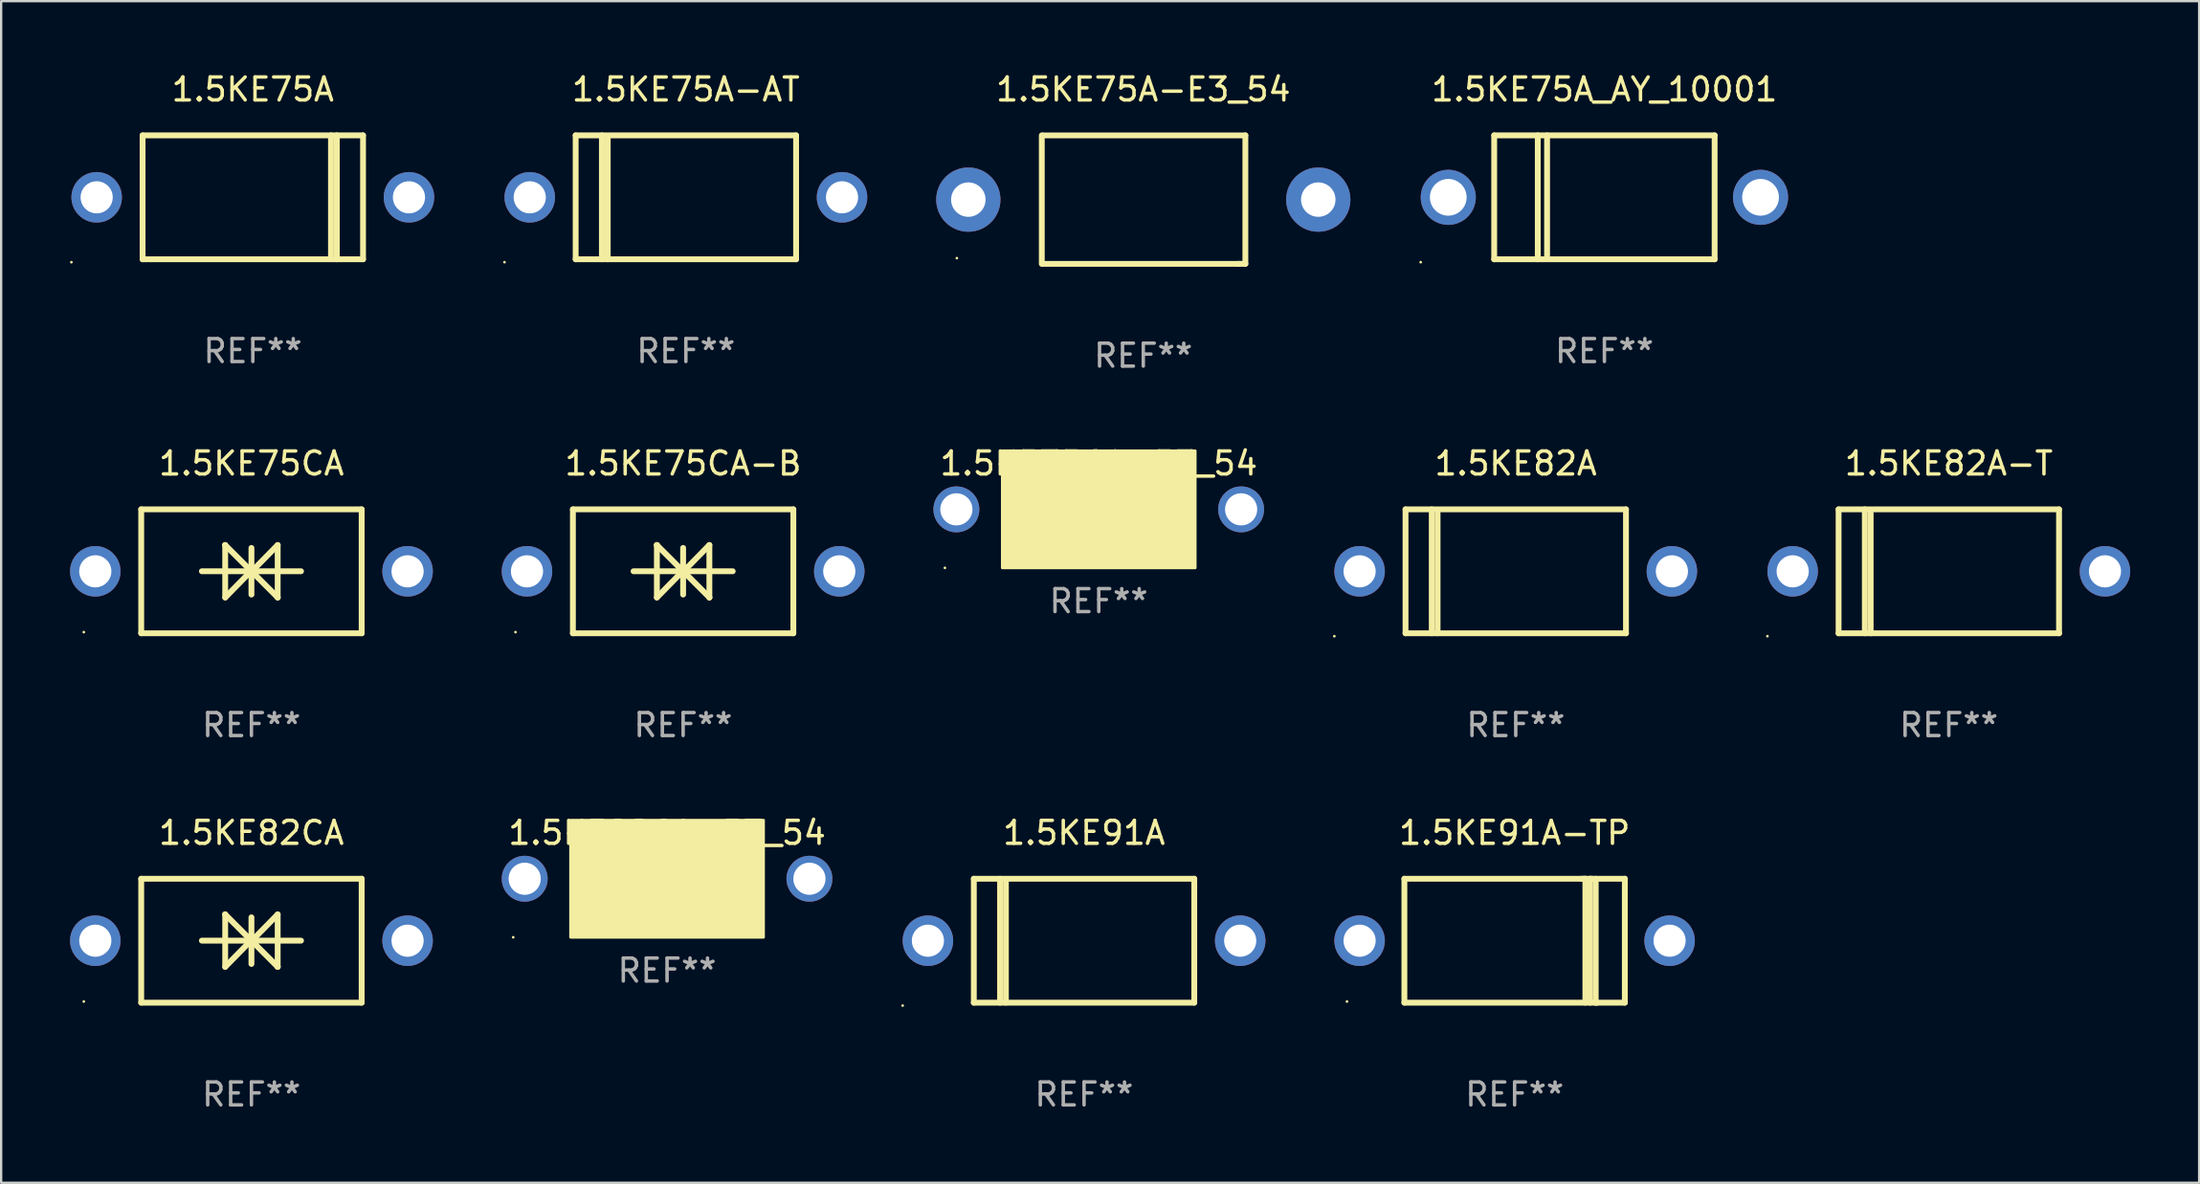
<source format=kicad_pcb>
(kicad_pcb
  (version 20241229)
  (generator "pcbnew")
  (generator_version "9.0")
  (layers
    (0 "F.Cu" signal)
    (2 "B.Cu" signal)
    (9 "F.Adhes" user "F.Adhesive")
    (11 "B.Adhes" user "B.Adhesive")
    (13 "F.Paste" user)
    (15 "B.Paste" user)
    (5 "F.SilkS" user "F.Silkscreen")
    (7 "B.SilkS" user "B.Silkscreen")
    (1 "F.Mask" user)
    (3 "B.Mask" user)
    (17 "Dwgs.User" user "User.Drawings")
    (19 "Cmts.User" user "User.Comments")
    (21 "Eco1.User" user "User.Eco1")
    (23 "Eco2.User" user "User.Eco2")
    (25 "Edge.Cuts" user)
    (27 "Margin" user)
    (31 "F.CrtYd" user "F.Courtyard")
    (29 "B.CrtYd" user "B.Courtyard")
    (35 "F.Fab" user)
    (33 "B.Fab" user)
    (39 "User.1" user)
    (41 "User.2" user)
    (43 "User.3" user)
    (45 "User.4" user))
  (footprint "1.5KE75CA-B"
    (layer "F.Cu")
    (at 26.7 21.845)
    (property "Reference" "1.5KE75CA-B" (at 0 -4.7 0) (layer "F.SilkS") (effects (font (size 1 1) (thickness 0.15))))
    (attr through_hole)
    (fp_line (start -4.8 -2.7) (end -4.8 2.7) (stroke (width 0.254) (type solid)) (layer "F.SilkS"))
    (fp_line (start -4.8 -2.7) (end 4.8 -2.7) (stroke (width 0.254) (type solid)) (layer "F.SilkS"))
    (fp_line (start -2.159 -0.003) (end 2.159 -0.003) (stroke (width 0.254) (type solid)) (layer "F.SilkS"))
    (fp_line (start -1.143 -1.146) (end -1.143 1.14) (stroke (width 0.254) (type solid)) (layer "F.SilkS"))
    (fp_line (start -1.143 -1.143) (end -1.143 -1.146) (stroke (width 0.254) (type solid)) (layer "F.SilkS"))
    (fp_line (start 0 -1.019) (end 0 1.013) (stroke (width 0.254) (type solid)) (layer "F.SilkS"))
    (fp_line (start 0 -0.026) (end -1.143 1.14) (stroke (width 0.254) (type solid)) (layer "F.SilkS"))
    (fp_line (start 0 -0.006) (end 1.143 1.137) (stroke (width 0.254) (type solid)) (layer "F.SilkS"))
    (fp_line (start 0 0) (end -1.143 -1.143) (stroke (width 0.254) (type solid)) (layer "F.SilkS"))
    (fp_line (start 0 0.02) (end 1.143 -1.146) (stroke (width 0.254) (type solid)) (layer "F.SilkS"))
    (fp_line (start 1.143 1.137) (end 1.143 1.14) (stroke (width 0.254) (type solid)) (layer "F.SilkS"))
    (fp_line (start 1.143 1.14) (end 1.143 -1.146) (stroke (width 0.254) (type solid)) (layer "F.SilkS"))
    (fp_line (start 4.8 -2.7) (end 4.8 2.7) (stroke (width 0.254) (type solid)) (layer "F.SilkS"))
    (fp_line (start 4.8 2.7) (end -4.8 2.7) (stroke (width 0.254) (type solid)) (layer "F.SilkS"))
    (fp_circle (center -7.3 2.65) (end -7.27 2.65) (stroke (width 0.06) (type solid)) (fill no) (layer "F.SilkS"))
    (fp_text user "REF**" (at 0 6.7 0) (layer "F.Fab") (effects (font (size 1 1) (thickness 0.15))))
    (pad "1" thru_hole circle (at -6.8 0) (size 2.2 2.2) (drill 1.4) (layers "*.Cu" "*.Mask"))
    (pad "2" thru_hole circle (at 6.8 0) (size 2.2 2.2) (drill 1.4) (layers "*.Cu" "*.Mask")))
  (footprint "1.5KE82A-T"
    (layer "F.Cu")
    (at 81.82 21.845)
    (property "Reference" "1.5KE82A-T" (at 0 -4.7 0) (layer "F.SilkS") (effects (font (size 1 1) (thickness 0.15))))
    (attr through_hole)
    (fp_line (start -4.8 -2.7) (end 4.8 -2.7) (stroke (width 0.254) (type solid)) (layer "F.SilkS"))
    (fp_line (start -4.8 2.7) (end -4.8 -2.7) (stroke (width 0.254) (type solid)) (layer "F.SilkS"))
    (fp_line (start -3.658 2.7) (end -3.658 -2.7) (stroke (width 0.254) (type solid)) (layer "F.SilkS"))
    (fp_line (start -3.404 2.7) (end -3.404 -2.54) (stroke (width 0.254) (type solid)) (layer "F.SilkS"))
    (fp_line (start 4.8 2.7) (end -4.8 2.7) (stroke (width 0.254) (type solid)) (layer "F.SilkS"))
    (fp_line (start 4.8 2.7) (end 4.8 -2.7) (stroke (width 0.254) (type solid)) (layer "F.SilkS"))
    (fp_circle (center -7.9 2.827) (end -7.87 2.827) (stroke (width 0.06) (type solid)) (fill no) (layer "F.SilkS"))
    (fp_text user "REF**" (at 0 6.7 0) (layer "F.Fab") (effects (font (size 1 1) (thickness 0.15))))
    (pad "1" thru_hole circle (at -6.8 0) (size 2.2 2.2) (drill 1.4) (layers "*.Cu" "*.Mask"))
    (pad "2" thru_hole circle (at 6.8 0) (size 2.2 2.2) (drill 1.4) (layers "*.Cu" "*.Mask")))
  (footprint "1.5KE75CA-E3_54"
    (layer "F.Cu")
    (at 44.8 19.145)
    (property "Reference" "1.5KE75CA-E3_54" (at 0 -2 0) (layer "F.SilkS") (effects (font (size 1 1) (thickness 0.15))))
    (attr through_hole)
    (fp_circle (center -6.7 2.55) (end -6.67 2.55) (stroke (width 0.06) (type solid)) (fill no) (layer "F.SilkS"))
    (fp_poly (pts (xy -4.2 -2.55) (xy 4.2 -2.55) (xy 4.2 2.55) (xy -4.2 2.55)) (stroke (width 0.12) (type solid)) (fill yes) (layer "F.SilkS"))
    (fp_text user "REF**" (at 0 4 0) (layer "F.Fab") (effects (font (size 1 1) (thickness 0.15))))
    (pad "1" thru_hole circle (at -6.2 0) (size 2 2) (drill 1.4) (layers "*.Cu" "*.Mask"))
    (pad "2" thru_hole circle (at 6.2 0) (size 2 2) (drill 1.4) (layers "*.Cu" "*.Mask")))
  (footprint "1.5KE91A"
    (layer "F.Cu")
    (at 44.16 37.941)
    (property "Reference" "1.5KE91A" (at 0 -4.7 0) (layer "F.SilkS") (effects (font (size 1 1) (thickness 0.15))))
    (attr through_hole)
    (fp_line (start -4.8 -2.7) (end 4.8 -2.7) (stroke (width 0.254) (type solid)) (layer "F.SilkS"))
    (fp_line (start -4.8 2.7) (end -4.8 -2.7) (stroke (width 0.254) (type solid)) (layer "F.SilkS"))
    (fp_line (start -3.658 2.7) (end -3.658 -2.7) (stroke (width 0.254) (type solid)) (layer "F.SilkS"))
    (fp_line (start -3.404 2.7) (end -3.404 -2.54) (stroke (width 0.254) (type solid)) (layer "F.SilkS"))
    (fp_line (start 4.8 2.7) (end -4.8 2.7) (stroke (width 0.254) (type solid)) (layer "F.SilkS"))
    (fp_line (start 4.8 2.7) (end 4.8 -2.7) (stroke (width 0.254) (type solid)) (layer "F.SilkS"))
    (fp_circle (center -7.9 2.827) (end -7.87 2.827) (stroke (width 0.06) (type solid)) (fill no) (layer "F.SilkS"))
    (fp_text user "REF**" (at 0 6.7 0) (layer "F.Fab") (effects (font (size 1 1) (thickness 0.15))))
    (pad "1" thru_hole circle (at -6.8 0) (size 2.2 2.2) (drill 1.4) (layers "*.Cu" "*.Mask"))
    (pad "2" thru_hole circle (at 6.8 0) (size 2.2 2.2) (drill 1.4) (layers "*.Cu" "*.Mask")))
  (footprint "1.5KE75A-E3_54"
    (layer "F.Cu")
    (at 46.74 5.648)
    (property "Reference" "1.5KE75A-E3_54" (at 0 -4.8 0) (layer "F.SilkS") (effects (font (size 1 1) (thickness 0.15))))
    (attr through_hole)
    (fp_line (start -4.42 2.8) (end -4.42 -2.8) (stroke (width 0.254) (type solid)) (layer "F.SilkS"))
    (fp_line (start -4.379 -2.799) (end 4.445 -2.799) (stroke (width 0.254) (type solid)) (layer "F.SilkS"))
    (fp_line (start 4.12 2.8) (end -4.38 2.8) (stroke (width 0.254) (type solid)) (layer "F.SilkS"))
    (fp_line (start 4.445 -2.799) (end 4.445 2.799) (stroke (width 0.254) (type solid)) (layer "F.SilkS"))
    (fp_line (start 4.445 2.799) (end 4.12 2.799) (stroke (width 0.254) (type solid)) (layer "F.SilkS"))
    (fp_circle (center -8.12 2.55) (end -8.09 2.55) (stroke (width 0.06) (type solid)) (fill no) (layer "F.SilkS"))
    (fp_text user "REF**" (at 0 6.8 0) (layer "F.Fab") (effects (font (size 1 1) (thickness 0.15))))
    (pad "1" thru_hole circle (at -7.62 0) (size 2.8 2.8) (drill 1.5) (layers "*.Cu" "*.Mask"))
    (pad "2" thru_hole circle (at 7.62 0) (size 2.8 2.8) (drill 1.5) (layers "*.Cu" "*.Mask")))
  (footprint "1.5KE82CA-E3_54"
    (layer "F.Cu")
    (at 26 35.241)
    (property "Reference" "1.5KE82CA-E3_54" (at 0 -2 0) (layer "F.SilkS") (effects (font (size 1 1) (thickness 0.15))))
    (attr through_hole)
    (fp_circle (center -6.7 2.55) (end -6.67 2.55) (stroke (width 0.06) (type solid)) (fill no) (layer "F.SilkS"))
    (fp_poly (pts (xy -4.2 -2.55) (xy 4.2 -2.55) (xy 4.2 2.55) (xy -4.2 2.55)) (stroke (width 0.12) (type solid)) (fill yes) (layer "F.SilkS"))
    (fp_text user "REF**" (at 0 4 0) (layer "F.Fab") (effects (font (size 1 1) (thickness 0.15))))
    (pad "1" thru_hole circle (at -6.2 0) (size 2 2) (drill 1.4) (layers "*.Cu" "*.Mask"))
    (pad "2" thru_hole circle (at 6.2 0) (size 2 2) (drill 1.4) (layers "*.Cu" "*.Mask")))
  (footprint "1.5KE75A-AT"
    (layer "F.Cu")
    (at 26.82 5.548)
    (property "Reference" "1.5KE75A-AT" (at 0 -4.7 0) (layer "F.SilkS") (effects (font (size 1 1) (thickness 0.15))))
    (attr through_hole)
    (fp_line (start -4.8 -2.7) (end 4.8 -2.7) (stroke (width 0.254) (type solid)) (layer "F.SilkS"))
    (fp_line (start -4.8 2.7) (end -4.8 -2.7) (stroke (width 0.254) (type solid)) (layer "F.SilkS"))
    (fp_line (start -3.658 2.7) (end -3.658 -2.7) (stroke (width 0.254) (type solid)) (layer "F.SilkS"))
    (fp_line (start -3.404 2.7) (end -3.404 -2.54) (stroke (width 0.254) (type solid)) (layer "F.SilkS"))
    (fp_line (start 4.8 2.7) (end -4.8 2.7) (stroke (width 0.254) (type solid)) (layer "F.SilkS"))
    (fp_line (start 4.8 2.7) (end 4.8 -2.7) (stroke (width 0.254) (type solid)) (layer "F.SilkS"))
    (fp_circle (center -7.9 2.827) (end -7.87 2.827) (stroke (width 0.06) (type solid)) (fill no) (layer "F.SilkS"))
    (fp_text user "REF**" (at 0 6.7 0) (layer "F.Fab") (effects (font (size 1 1) (thickness 0.15))))
    (pad "1" thru_hole circle (at -6.8 0) (size 2.2 2.2) (drill 1.4) (layers "*.Cu" "*.Mask"))
    (pad "2" thru_hole circle (at 6.8 0) (size 2.2 2.2) (drill 1.4) (layers "*.Cu" "*.Mask")))
  (footprint "1.5KE82A"
    (layer "F.Cu")
    (at 62.96 21.845)
    (property "Reference" "1.5KE82A" (at 0 -4.7 0) (layer "F.SilkS") (effects (font (size 1 1) (thickness 0.15))))
    (attr through_hole)
    (fp_line (start -4.8 -2.7) (end 4.8 -2.7) (stroke (width 0.254) (type solid)) (layer "F.SilkS"))
    (fp_line (start -4.8 2.7) (end -4.8 -2.7) (stroke (width 0.254) (type solid)) (layer "F.SilkS"))
    (fp_line (start -3.658 2.7) (end -3.658 -2.7) (stroke (width 0.254) (type solid)) (layer "F.SilkS"))
    (fp_line (start -3.404 2.7) (end -3.404 -2.54) (stroke (width 0.254) (type solid)) (layer "F.SilkS"))
    (fp_line (start 4.8 2.7) (end -4.8 2.7) (stroke (width 0.254) (type solid)) (layer "F.SilkS"))
    (fp_line (start 4.8 2.7) (end 4.8 -2.7) (stroke (width 0.254) (type solid)) (layer "F.SilkS"))
    (fp_circle (center -7.9 2.827) (end -7.87 2.827) (stroke (width 0.06) (type solid)) (fill no) (layer "F.SilkS"))
    (fp_text user "REF**" (at 0 6.7 0) (layer "F.Fab") (effects (font (size 1 1) (thickness 0.15))))
    (pad "1" thru_hole circle (at -6.8 0) (size 2.2 2.2) (drill 1.4) (layers "*.Cu" "*.Mask"))
    (pad "2" thru_hole circle (at 6.8 0) (size 2.2 2.2) (drill 1.4) (layers "*.Cu" "*.Mask")))
  (footprint "1.5KE82CA"
    (layer "F.Cu")
    (at 7.9 37.941)
    (property "Reference" "1.5KE82CA" (at 0 -4.7 0) (layer "F.SilkS") (effects (font (size 1 1) (thickness 0.15))))
    (attr through_hole)
    (fp_line (start -4.8 -2.7) (end -4.8 2.7) (stroke (width 0.254) (type solid)) (layer "F.SilkS"))
    (fp_line (start -4.8 -2.7) (end 4.8 -2.7) (stroke (width 0.254) (type solid)) (layer "F.SilkS"))
    (fp_line (start -2.159 -0.003) (end 2.159 -0.003) (stroke (width 0.254) (type solid)) (layer "F.SilkS"))
    (fp_line (start -1.143 -1.146) (end -1.143 1.14) (stroke (width 0.254) (type solid)) (layer "F.SilkS"))
    (fp_line (start -1.143 -1.143) (end -1.143 -1.146) (stroke (width 0.254) (type solid)) (layer "F.SilkS"))
    (fp_line (start 0 -1.019) (end 0 1.013) (stroke (width 0.254) (type solid)) (layer "F.SilkS"))
    (fp_line (start 0 -0.026) (end -1.143 1.14) (stroke (width 0.254) (type solid)) (layer "F.SilkS"))
    (fp_line (start 0 -0.006) (end 1.143 1.137) (stroke (width 0.254) (type solid)) (layer "F.SilkS"))
    (fp_line (start 0 0) (end -1.143 -1.143) (stroke (width 0.254) (type solid)) (layer "F.SilkS"))
    (fp_line (start 0 0.02) (end 1.143 -1.146) (stroke (width 0.254) (type solid)) (layer "F.SilkS"))
    (fp_line (start 1.143 1.137) (end 1.143 1.14) (stroke (width 0.254) (type solid)) (layer "F.SilkS"))
    (fp_line (start 1.143 1.14) (end 1.143 -1.146) (stroke (width 0.254) (type solid)) (layer "F.SilkS"))
    (fp_line (start 4.8 -2.7) (end 4.8 2.7) (stroke (width 0.254) (type solid)) (layer "F.SilkS"))
    (fp_line (start 4.8 2.7) (end -4.8 2.7) (stroke (width 0.254) (type solid)) (layer "F.SilkS"))
    (fp_circle (center -7.3 2.65) (end -7.27 2.65) (stroke (width 0.06) (type solid)) (fill no) (layer "F.SilkS"))
    (fp_text user "REF**" (at 0 6.7 0) (layer "F.Fab") (effects (font (size 1 1) (thickness 0.15))))
    (pad "1" thru_hole circle (at -6.8 0) (size 2.2 2.2) (drill 1.4) (layers "*.Cu" "*.Mask"))
    (pad "2" thru_hole circle (at 6.8 0) (size 2.2 2.2) (drill 1.4) (layers "*.Cu" "*.Mask")))
  (footprint "1.5KE75A"
    (layer "F.Cu")
    (at 7.96 5.548)
    (property "Reference" "1.5KE75A" (at 0 -4.7 0) (layer "F.SilkS") (effects (font (size 1 1) (thickness 0.15))))
    (attr through_hole)
    (fp_line (start -4.8 -2.7) (end -4.8 2.7) (stroke (width 0.254) (type solid)) (layer "F.SilkS"))
    (fp_line (start -4.8 -2.7) (end 4.8 -2.7) (stroke (width 0.254) (type solid)) (layer "F.SilkS"))
    (fp_line (start 3.404 -2.7) (end 3.404 2.54) (stroke (width 0.254) (type solid)) (layer "F.SilkS"))
    (fp_line (start 3.658 -2.7) (end 3.658 2.7) (stroke (width 0.254) (type solid)) (layer "F.SilkS"))
    (fp_line (start 4.8 -2.7) (end 4.8 2.7) (stroke (width 0.254) (type solid)) (layer "F.SilkS"))
    (fp_line (start 4.8 2.7) (end -4.8 2.7) (stroke (width 0.254) (type solid)) (layer "F.SilkS"))
    (fp_circle (center -7.9 2.827) (end -7.87 2.827) (stroke (width 0.06) (type solid)) (fill no) (layer "F.SilkS"))
    (fp_text user "REF**" (at 0 6.7 0) (layer "F.Fab") (effects (font (size 1 1) (thickness 0.15))))
    (pad "1" thru_hole circle (at -6.8 0) (size 2.2 2.2) (drill 1.4) (layers "*.Cu" "*.Mask"))
    (pad "2" thru_hole circle (at 6.8 0) (size 2.2 2.2) (drill 1.4) (layers "*.Cu" "*.Mask")))
  (footprint "1.5KE75A_AY_10001"
    (layer "F.Cu")
    (at 66.821 5.548)
    (property "Reference" "1.5KE75A_AY_10001" (at 0 -4.7 0) (layer "F.SilkS") (effects (font (size 1 1) (thickness 0.15))))
    (attr through_hole)
    (fp_line (start -4.8 -2.7) (end -4.8 2.7) (stroke (width 0.254) (type solid)) (layer "F.SilkS"))
    (fp_line (start -4.8 -2.7) (end 4.8 -2.7) (stroke (width 0.254) (type solid)) (layer "F.SilkS"))
    (fp_line (start -2.902 -2.7) (end -2.902 2.7) (stroke (width 0.254) (type solid)) (layer "F.SilkS"))
    (fp_line (start -2.496 -2.7) (end -2.496 2.54) (stroke (width 0.254) (type solid)) (layer "F.SilkS"))
    (fp_line (start 4.8 -2.7) (end 4.8 2.7) (stroke (width 0.254) (type solid)) (layer "F.SilkS"))
    (fp_line (start 4.8 2.7) (end -4.8 2.7) (stroke (width 0.254) (type solid)) (layer "F.SilkS"))
    (fp_circle (center -8 2.827) (end -7.97 2.827) (stroke (width 0.06) (type solid)) (fill no) (layer "F.SilkS"))
    (fp_text user "REF**" (at 0 6.7 0) (layer "F.Fab") (effects (font (size 1 1) (thickness 0.15))))
    (pad "1" thru_hole circle (at -6.8 0) (size 2.4 2.4) (drill 1.6) (layers "*.Cu" "*.Mask"))
    (pad "2" thru_hole circle (at 6.8 0) (size 2.4 2.4) (drill 1.6) (layers "*.Cu" "*.Mask")))
  (footprint "1.5KE91A-TP"
    (layer "F.Cu")
    (at 62.91 37.941)
    (property "Reference" "1.5KE91A-TP" (at 0 -4.7 0) (layer "F.SilkS") (effects (font (size 1 1) (thickness 0.15))))
    (attr through_hole)
    (fp_line (start -4.8 -2.7) (end -4.8 2.7) (stroke (width 0.254) (type solid)) (layer "F.SilkS"))
    (fp_line (start -4.8 -2.7) (end 4.8 -2.7) (stroke (width 0.254) (type solid)) (layer "F.SilkS"))
    (fp_line (start 2.912 -2.7) (end 3.082 -2.7) (stroke (width 0.254) (type solid)) (layer "F.SilkS"))
    (fp_line (start 3.082 -2.7) (end 3.082 2.7) (stroke (width 0.254) (type solid)) (layer "F.SilkS"))
    (fp_line (start 3.289 -2.7) (end 3.289 2.7) (stroke (width 0.254) (type solid)) (layer "F.SilkS"))
    (fp_line (start 3.381 -2.7) (end 3.289 -2.7) (stroke (width 0.254) (type solid)) (layer "F.SilkS"))
    (fp_line (start 3.533 2.7) (end 3.533 -2.7) (stroke (width 0.254) (type solid)) (layer "F.SilkS"))
    (fp_line (start 3.599 2.7) (end 3.533 2.7) (stroke (width 0.254) (type solid)) (layer "F.SilkS"))
    (fp_line (start 4.8 -2.7) (end 4.8 2.7) (stroke (width 0.254) (type solid)) (layer "F.SilkS"))
    (fp_line (start 4.8 2.7) (end -4.8 2.7) (stroke (width 0.254) (type solid)) (layer "F.SilkS"))
    (fp_circle (center -7.3 2.65) (end -7.27 2.65) (stroke (width 0.06) (type solid)) (fill no) (layer "F.SilkS"))
    (fp_text user "REF**" (at 0 6.7 0) (layer "F.Fab") (effects (font (size 1 1) (thickness 0.15))))
    (pad "1" thru_hole circle (at -6.75 0) (size 2.2 2.2) (drill 1.4) (layers "*.Cu" "*.Mask"))
    (pad "2" thru_hole circle (at 6.75 0) (size 2.2 2.2) (drill 1.4) (layers "*.Cu" "*.Mask")))
  (footprint "1.5KE75CA"
    (layer "F.Cu")
    (at 7.9 21.845)
    (property "Reference" "1.5KE75CA" (at 0 -4.7 0) (layer "F.SilkS") (effects (font (size 1 1) (thickness 0.15))))
    (attr through_hole)
    (fp_line (start -4.8 -2.7) (end -4.8 2.7) (stroke (width 0.254) (type solid)) (layer "F.SilkS"))
    (fp_line (start -4.8 -2.7) (end 4.8 -2.7) (stroke (width 0.254) (type solid)) (layer "F.SilkS"))
    (fp_line (start -2.159 -0.003) (end 2.159 -0.003) (stroke (width 0.254) (type solid)) (layer "F.SilkS"))
    (fp_line (start -1.143 -1.146) (end -1.143 1.14) (stroke (width 0.254) (type solid)) (layer "F.SilkS"))
    (fp_line (start -1.143 -1.143) (end -1.143 -1.146) (stroke (width 0.254) (type solid)) (layer "F.SilkS"))
    (fp_line (start 0 -1.019) (end 0 1.013) (stroke (width 0.254) (type solid)) (layer "F.SilkS"))
    (fp_line (start 0 -0.026) (end -1.143 1.14) (stroke (width 0.254) (type solid)) (layer "F.SilkS"))
    (fp_line (start 0 -0.006) (end 1.143 1.137) (stroke (width 0.254) (type solid)) (layer "F.SilkS"))
    (fp_line (start 0 0) (end -1.143 -1.143) (stroke (width 0.254) (type solid)) (layer "F.SilkS"))
    (fp_line (start 0 0.02) (end 1.143 -1.146) (stroke (width 0.254) (type solid)) (layer "F.SilkS"))
    (fp_line (start 1.143 1.137) (end 1.143 1.14) (stroke (width 0.254) (type solid)) (layer "F.SilkS"))
    (fp_line (start 1.143 1.14) (end 1.143 -1.146) (stroke (width 0.254) (type solid)) (layer "F.SilkS"))
    (fp_line (start 4.8 -2.7) (end 4.8 2.7) (stroke (width 0.254) (type solid)) (layer "F.SilkS"))
    (fp_line (start 4.8 2.7) (end -4.8 2.7) (stroke (width 0.254) (type solid)) (layer "F.SilkS"))
    (fp_circle (center -7.3 2.65) (end -7.27 2.65) (stroke (width 0.06) (type solid)) (fill no) (layer "F.SilkS"))
    (fp_text user "REF**" (at 0 6.7 0) (layer "F.Fab") (effects (font (size 1 1) (thickness 0.15))))
    (pad "1" thru_hole circle (at -6.8 0) (size 2.2 2.2) (drill 1.4) (layers "*.Cu" "*.Mask"))
    (pad "2" thru_hole circle (at 6.8 0) (size 2.2 2.2) (drill 1.4) (layers "*.Cu" "*.Mask")))
  (gr_rect
    (start -3 -3)
    (end 92.721 48.49)
    (stroke (width 0.1) (type default))
    (fill no)
    (layer "Edge.Cuts")))
</source>
